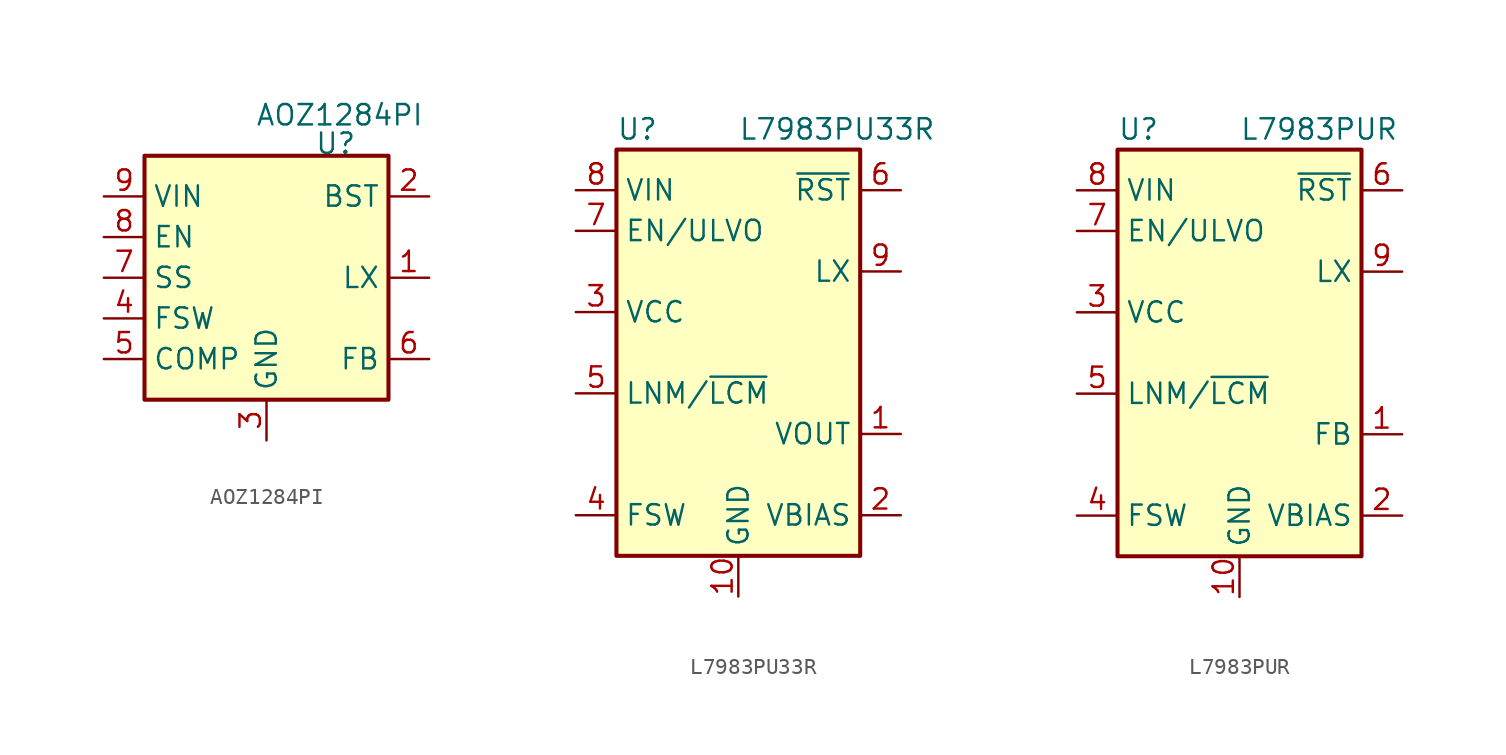
<source format=kicad_sym>
(kicad_symbol_lib
  (version 20241209)
  (generator "kicad_symbol_editor")
  (generator_version "9.0")
  (symbol "AOZ1284PI"
    (property "Reference" "U"
      (at 4.318 8.382 0)
      (effects (font (size 1.27 1.27))))
    (property "Value" "AOZ1284PI"
      (at 4.572 10.16 0)
      (effects (font (size 1.27 1.27))))
    (symbol "AOZ1284PI_0_1"
      (rectangle (start -7.62 7.62) (end 7.62 -7.62) (stroke (width 0.254) (type default)) (fill (type background))))
    (symbol "AOZ1284PI_1_1"
      (pin power_in line (at -10.16 5.08 0) (length 2.54) (name "VIN" (effects (font (size 1.27 1.27)))) (number "9" (effects (font (size 1.27 1.27)))))
      (pin input line (at -10.16 2.54 0) (length 2.54) (name "EN" (effects (font (size 1.27 1.27)))) (number "8" (effects (font (size 1.27 1.27)))))
      (pin input line (at -10.16 0 0) (length 2.54) (name "SS" (effects (font (size 1.27 1.27)))) (number "7" (effects (font (size 1.27 1.27)))))
      (pin input line (at -10.16 -2.54 0) (length 2.54) (name "FSW" (effects (font (size 1.27 1.27)))) (number "4" (effects (font (size 1.27 1.27)))))
      (pin input line (at -10.16 -5.08 0) (length 2.54) (name "COMP" (effects (font (size 1.27 1.27)))) (number "5" (effects (font (size 1.27 1.27)))))
      (pin power_in line (at 0 -10.16 90) (length 2.54) (name "GND" (effects (font (size 1.27 1.27)))) (number "3" (effects (font (size 1.27 1.27)))))
      (pin input line (at 10.16 5.08 180) (length 2.54) (name "BST" (effects (font (size 1.27 1.27)))) (number "2" (effects (font (size 1.27 1.27)))))
      (pin power_out line (at 10.16 0 180) (length 2.54) (name "LX" (effects (font (size 1.27 1.27)))) (number "1" (effects (font (size 1.27 1.27)))))
      (pin input line (at 10.16 -5.08 180) (length 2.54) (name "FB" (effects (font (size 1.27 1.27)))) (number "6" (effects (font (size 1.27 1.27)))))))
  (symbol "L7983PU33R"
    (property "Reference" "U"
      (at -7.62 13.97 0)
      (effects (font (size 1.27 1.27)) (justify left)))
    (property "Value" "L7983PU33R"
      (at 0 13.97 0)
      (effects (font (size 1.27 1.27)) (justify left)))
    (symbol "L7983PU33R_1_1"
      (rectangle (start -7.62 12.7) (end 7.62 -12.7) (stroke (width 0.254) (type solid)) (fill (type background)))
      (pin power_in line (at -10.16 10.16 0) (length 2.54) (name "VIN" (effects (font (size 1.27 1.27)))) (number "8" (effects (font (size 1.27 1.27)))))
      (pin input line (at -10.16 7.62 0) (length 2.54) (name "EN/ULVO" (effects (font (size 1.27 1.27)))) (number "7" (effects (font (size 1.27 1.27)))))
      (pin output line (at -10.16 2.54 0) (length 2.54) (name "VCC" (effects (font (size 1.27 1.27)))) (number "3" (effects (font (size 1.27 1.27)))))
      (pin input line (at -10.16 -2.54 0) (length 2.54) (name "LNM/~{LCM}" (effects (font (size 1.27 1.27)))) (number "5" (effects (font (size 1.27 1.27)))))
      (pin input line (at -10.16 -10.16 0) (length 2.54) (name "FSW" (effects (font (size 1.27 1.27)))) (number "4" (effects (font (size 1.27 1.27)))))
      (pin power_in line (at 0 -15.24 90) (length 2.54) (name "GND" (effects (font (size 1.27 1.27)))) (number "10" (effects (font (size 1.27 1.27)))))
      (pin passive line (at 0 -15.24 90) (length 2.54) (hide yes) (name "GND" (effects (font (size 1.27 1.27)))) (number "11" (effects (font (size 1.27 1.27)))))
      (pin open_collector line (at 10.16 10.16 180) (length 2.54) (name "~{RST}" (effects (font (size 1.27 1.27)))) (number "6" (effects (font (size 1.27 1.27)))))
      (pin output line (at 10.16 5.08 180) (length 2.54) (name "LX" (effects (font (size 1.27 1.27)))) (number "9" (effects (font (size 1.27 1.27)))))
      (pin input line (at 10.16 -5.08 180) (length 2.54) (name "VOUT" (effects (font (size 1.27 1.27)))) (number "1" (effects (font (size 1.27 1.27)))))
      (pin power_in line (at 10.16 -10.16 180) (length 2.54) (name "VBIAS" (effects (font (size 1.27 1.27)))) (number "2" (effects (font (size 1.27 1.27)))))))
  (symbol "L7983PUR"
    (property "Reference" "U"
      (at -7.62 13.97 0)
      (effects (font (size 1.27 1.27)) (justify left)))
    (property "Value" "L7983PUR"
      (at 0 13.97 0)
      (effects (font (size 1.27 1.27)) (justify left)))
    (symbol "L7983PUR_1_1"
      (rectangle (start -7.62 12.7) (end 7.62 -12.7) (stroke (width 0.254) (type solid)) (fill (type background)))
      (pin power_in line (at -10.16 10.16 0) (length 2.54) (name "VIN" (effects (font (size 1.27 1.27)))) (number "8" (effects (font (size 1.27 1.27)))))
      (pin input line (at -10.16 7.62 0) (length 2.54) (name "EN/ULVO" (effects (font (size 1.27 1.27)))) (number "7" (effects (font (size 1.27 1.27)))))
      (pin output line (at -10.16 2.54 0) (length 2.54) (name "VCC" (effects (font (size 1.27 1.27)))) (number "3" (effects (font (size 1.27 1.27)))))
      (pin input line (at -10.16 -2.54 0) (length 2.54) (name "LNM/~{LCM}" (effects (font (size 1.27 1.27)))) (number "5" (effects (font (size 1.27 1.27)))))
      (pin input line (at -10.16 -10.16 0) (length 2.54) (name "FSW" (effects (font (size 1.27 1.27)))) (number "4" (effects (font (size 1.27 1.27)))))
      (pin power_in line (at 0 -15.24 90) (length 2.54) (name "GND" (effects (font (size 1.27 1.27)))) (number "10" (effects (font (size 1.27 1.27)))))
      (pin passive line (at 0 -15.24 90) (length 2.54) (hide yes) (name "GND" (effects (font (size 1.27 1.27)))) (number "11" (effects (font (size 1.27 1.27)))))
      (pin open_collector line (at 10.16 10.16 180) (length 2.54) (name "~{RST}" (effects (font (size 1.27 1.27)))) (number "6" (effects (font (size 1.27 1.27)))))
      (pin output line (at 10.16 5.08 180) (length 2.54) (name "LX" (effects (font (size 1.27 1.27)))) (number "9" (effects (font (size 1.27 1.27)))))
      (pin input line (at 10.16 -5.08 180) (length 2.54) (name "FB" (effects (font (size 1.27 1.27)))) (number "1" (effects (font (size 1.27 1.27)))))
      (pin power_in line (at 10.16 -10.16 180) (length 2.54) (name "VBIAS" (effects (font (size 1.27 1.27)))) (number "2" (effects (font (size 1.27 1.27))))))))
</source>
